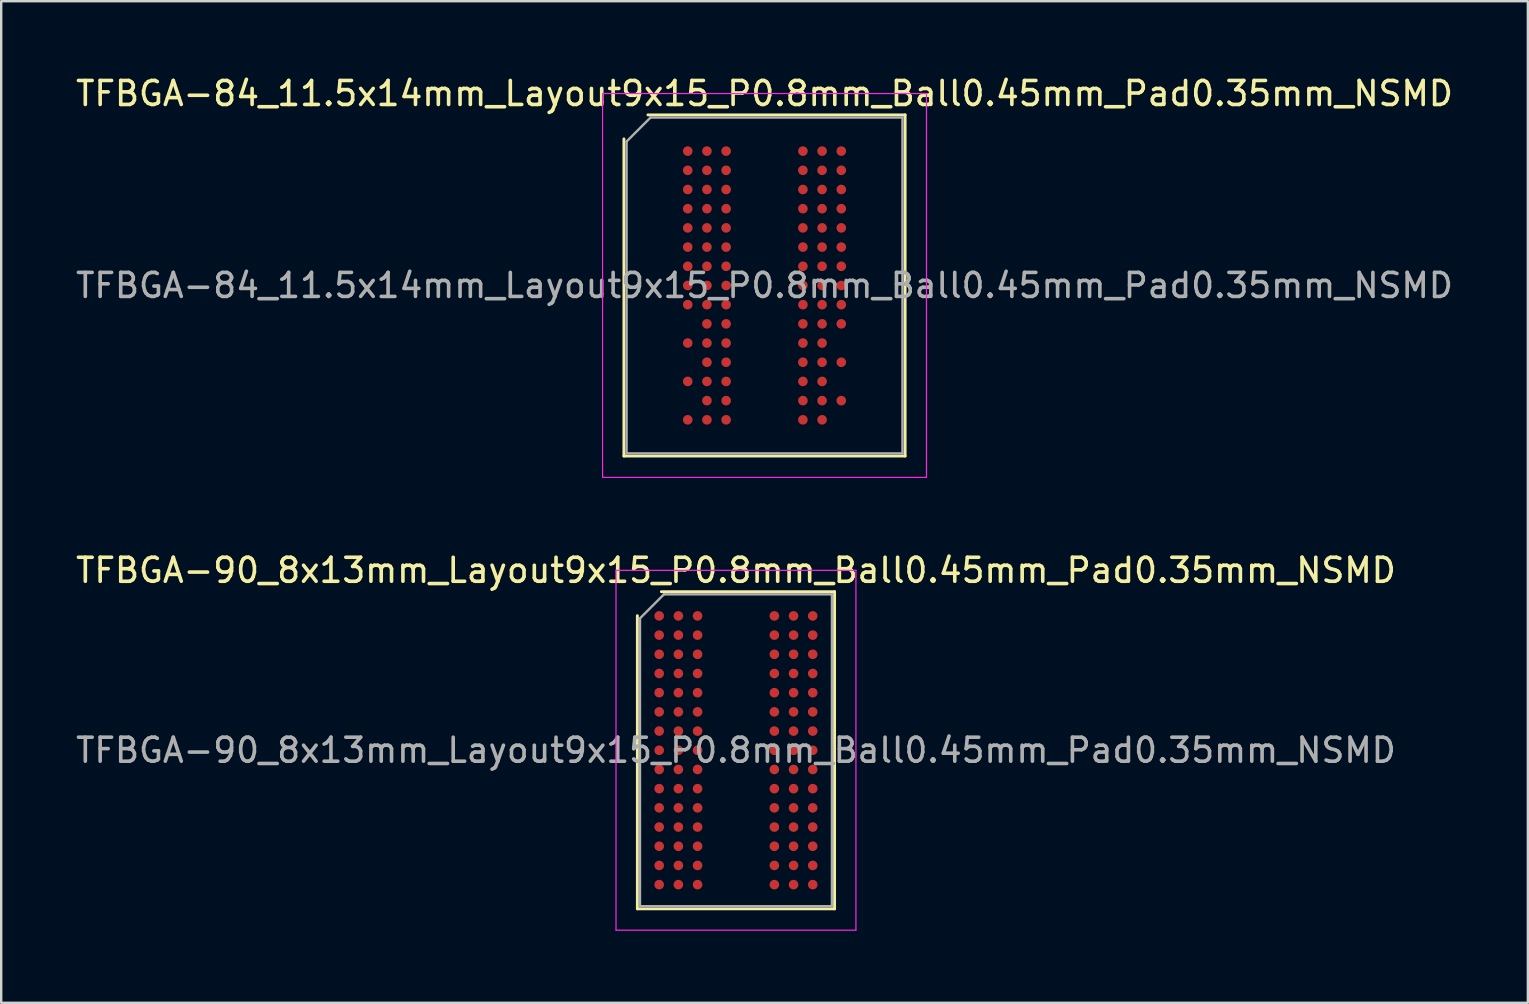
<source format=kicad_pcb>
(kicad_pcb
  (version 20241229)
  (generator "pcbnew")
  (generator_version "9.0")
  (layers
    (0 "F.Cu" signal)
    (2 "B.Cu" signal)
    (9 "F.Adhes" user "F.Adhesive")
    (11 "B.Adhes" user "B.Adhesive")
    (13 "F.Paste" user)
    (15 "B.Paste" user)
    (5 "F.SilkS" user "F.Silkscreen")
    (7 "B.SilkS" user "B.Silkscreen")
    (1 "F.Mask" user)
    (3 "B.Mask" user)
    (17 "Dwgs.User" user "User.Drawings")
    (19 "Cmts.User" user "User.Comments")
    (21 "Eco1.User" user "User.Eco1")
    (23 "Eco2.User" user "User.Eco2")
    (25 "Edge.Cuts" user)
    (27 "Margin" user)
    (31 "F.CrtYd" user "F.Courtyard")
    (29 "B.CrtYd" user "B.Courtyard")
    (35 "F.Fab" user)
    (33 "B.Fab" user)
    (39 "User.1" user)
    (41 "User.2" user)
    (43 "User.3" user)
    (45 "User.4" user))
  (footprint "TFBGA-90_8x13mm_Layout9x15_P0.8mm_Ball0.45mm_Pad0.35mm_NSMD"
    (layer "F.Cu")
    (at 27.625 28.221)
    (property "Reference" "TFBGA-90_8x13mm_Layout9x15_P0.8mm_Ball0.45mm_Pad0.35mm_NSMD" (at 0 -7.5 0) (layer "F.SilkS") (effects (font (size 1 1) (thickness 0.15))))
    (attr smd)
    (fp_line (start -4.11 6.61) (end -4.11 -5.61) (stroke (width 0.12) (type solid)) (layer "F.SilkS"))
    (fp_line (start -3.11 -6.61) (end 4.11 -6.61) (stroke (width 0.12) (type solid)) (layer "F.SilkS"))
    (fp_line (start 4.11 -6.61) (end 4.11 6.61) (stroke (width 0.12) (type solid)) (layer "F.SilkS"))
    (fp_line (start 4.11 6.61) (end -4.11 6.61) (stroke (width 0.12) (type solid)) (layer "F.SilkS"))
    (fp_line (start -5 -7.5) (end -5 7.5) (stroke (width 0.05) (type solid)) (layer "F.CrtYd"))
    (fp_line (start -5 7.5) (end 5 7.5) (stroke (width 0.05) (type solid)) (layer "F.CrtYd"))
    (fp_line (start 5 -7.5) (end -5 -7.5) (stroke (width 0.05) (type solid)) (layer "F.CrtYd"))
    (fp_line (start 5 7.5) (end 5 -7.5) (stroke (width 0.05) (type solid)) (layer "F.CrtYd"))
    (fp_line (start -4 -5.5) (end -3 -6.5) (stroke (width 0.1) (type solid)) (layer "F.Fab"))
    (fp_line (start -4 6.5) (end -4 -5.5) (stroke (width 0.1) (type solid)) (layer "F.Fab"))
    (fp_line (start -3 -6.5) (end 4 -6.5) (stroke (width 0.1) (type solid)) (layer "F.Fab"))
    (fp_line (start 4 -6.5) (end 4 6.5) (stroke (width 0.1) (type solid)) (layer "F.Fab"))
    (fp_line (start 4 6.5) (end -4 6.5) (stroke (width 0.1) (type solid)) (layer "F.Fab"))
    (fp_text user "${REFERENCE}" (at 0 0 0) (layer "F.Fab") (effects (font (size 1 1) (thickness 0.15))))
    (pad "A1" smd circle (at -3.2 -5.6) (size 0.4 0.4) (layers "F.Cu" "F.Mask" "F.Paste"))
    (pad "A2" smd circle (at -2.4 -5.6) (size 0.4 0.4) (layers "F.Cu" "F.Mask" "F.Paste"))
    (pad "A3" smd circle (at -1.6 -5.6) (size 0.4 0.4) (layers "F.Cu" "F.Mask" "F.Paste"))
    (pad "A7" smd circle (at 1.6 -5.6) (size 0.4 0.4) (layers "F.Cu" "F.Mask" "F.Paste"))
    (pad "A8" smd circle (at 2.4 -5.6) (size 0.4 0.4) (layers "F.Cu" "F.Mask" "F.Paste"))
    (pad "A9" smd circle (at 3.2 -5.6) (size 0.4 0.4) (layers "F.Cu" "F.Mask" "F.Paste"))
    (pad "B1" smd circle (at -3.2 -4.8) (size 0.4 0.4) (layers "F.Cu" "F.Mask" "F.Paste"))
    (pad "B2" smd circle (at -2.4 -4.8) (size 0.4 0.4) (layers "F.Cu" "F.Mask" "F.Paste"))
    (pad "B3" smd circle (at -1.6 -4.8) (size 0.4 0.4) (layers "F.Cu" "F.Mask" "F.Paste"))
    (pad "B7" smd circle (at 1.6 -4.8) (size 0.4 0.4) (layers "F.Cu" "F.Mask" "F.Paste"))
    (pad "B8" smd circle (at 2.4 -4.8) (size 0.4 0.4) (layers "F.Cu" "F.Mask" "F.Paste"))
    (pad "B9" smd circle (at 3.2 -4.8) (size 0.4 0.4) (layers "F.Cu" "F.Mask" "F.Paste"))
    (pad "C1" smd circle (at -3.2 -4) (size 0.4 0.4) (layers "F.Cu" "F.Mask" "F.Paste"))
    (pad "C2" smd circle (at -2.4 -4) (size 0.4 0.4) (layers "F.Cu" "F.Mask" "F.Paste"))
    (pad "C3" smd circle (at -1.6 -4) (size 0.4 0.4) (layers "F.Cu" "F.Mask" "F.Paste"))
    (pad "C7" smd circle (at 1.6 -4) (size 0.4 0.4) (layers "F.Cu" "F.Mask" "F.Paste"))
    (pad "C8" smd circle (at 2.4 -4) (size 0.4 0.4) (layers "F.Cu" "F.Mask" "F.Paste"))
    (pad "C9" smd circle (at 3.2 -4) (size 0.4 0.4) (layers "F.Cu" "F.Mask" "F.Paste"))
    (pad "D1" smd circle (at -3.2 -3.2) (size 0.4 0.4) (layers "F.Cu" "F.Mask" "F.Paste"))
    (pad "D2" smd circle (at -2.4 -3.2) (size 0.4 0.4) (layers "F.Cu" "F.Mask" "F.Paste"))
    (pad "D3" smd circle (at -1.6 -3.2) (size 0.4 0.4) (layers "F.Cu" "F.Mask" "F.Paste"))
    (pad "D7" smd circle (at 1.6 -3.2) (size 0.4 0.4) (layers "F.Cu" "F.Mask" "F.Paste"))
    (pad "D8" smd circle (at 2.4 -3.2) (size 0.4 0.4) (layers "F.Cu" "F.Mask" "F.Paste"))
    (pad "D9" smd circle (at 3.2 -3.2) (size 0.4 0.4) (layers "F.Cu" "F.Mask" "F.Paste"))
    (pad "E1" smd circle (at -3.2 -2.4) (size 0.4 0.4) (layers "F.Cu" "F.Mask" "F.Paste"))
    (pad "E2" smd circle (at -2.4 -2.4) (size 0.4 0.4) (layers "F.Cu" "F.Mask" "F.Paste"))
    (pad "E3" smd circle (at -1.6 -2.4) (size 0.4 0.4) (layers "F.Cu" "F.Mask" "F.Paste"))
    (pad "E7" smd circle (at 1.6 -2.4) (size 0.4 0.4) (layers "F.Cu" "F.Mask" "F.Paste"))
    (pad "E8" smd circle (at 2.4 -2.4) (size 0.4 0.4) (layers "F.Cu" "F.Mask" "F.Paste"))
    (pad "E9" smd circle (at 3.2 -2.4) (size 0.4 0.4) (layers "F.Cu" "F.Mask" "F.Paste"))
    (pad "F1" smd circle (at -3.2 -1.6) (size 0.4 0.4) (layers "F.Cu" "F.Mask" "F.Paste"))
    (pad "F2" smd circle (at -2.4 -1.6) (size 0.4 0.4) (layers "F.Cu" "F.Mask" "F.Paste"))
    (pad "F3" smd circle (at -1.6 -1.6) (size 0.4 0.4) (layers "F.Cu" "F.Mask" "F.Paste"))
    (pad "F7" smd circle (at 1.6 -1.6) (size 0.4 0.4) (layers "F.Cu" "F.Mask" "F.Paste"))
    (pad "F8" smd circle (at 2.4 -1.6) (size 0.4 0.4) (layers "F.Cu" "F.Mask" "F.Paste"))
    (pad "F9" smd circle (at 3.2 -1.6) (size 0.4 0.4) (layers "F.Cu" "F.Mask" "F.Paste"))
    (pad "G1" smd circle (at -3.2 -0.8) (size 0.4 0.4) (layers "F.Cu" "F.Mask" "F.Paste"))
    (pad "G2" smd circle (at -2.4 -0.8) (size 0.4 0.4) (layers "F.Cu" "F.Mask" "F.Paste"))
    (pad "G3" smd circle (at -1.6 -0.8) (size 0.4 0.4) (layers "F.Cu" "F.Mask" "F.Paste"))
    (pad "G7" smd circle (at 1.6 -0.8) (size 0.4 0.4) (layers "F.Cu" "F.Mask" "F.Paste"))
    (pad "G8" smd circle (at 2.4 -0.8) (size 0.4 0.4) (layers "F.Cu" "F.Mask" "F.Paste"))
    (pad "G9" smd circle (at 3.2 -0.8) (size 0.4 0.4) (layers "F.Cu" "F.Mask" "F.Paste"))
    (pad "H1" smd circle (at -3.2 0) (size 0.4 0.4) (layers "F.Cu" "F.Mask" "F.Paste"))
    (pad "H2" smd circle (at -2.4 0) (size 0.4 0.4) (layers "F.Cu" "F.Mask" "F.Paste"))
    (pad "H3" smd circle (at -1.6 0) (size 0.4 0.4) (layers "F.Cu" "F.Mask" "F.Paste"))
    (pad "H7" smd circle (at 1.6 0) (size 0.4 0.4) (layers "F.Cu" "F.Mask" "F.Paste"))
    (pad "H8" smd circle (at 2.4 0) (size 0.4 0.4) (layers "F.Cu" "F.Mask" "F.Paste"))
    (pad "H9" smd circle (at 3.2 0) (size 0.4 0.4) (layers "F.Cu" "F.Mask" "F.Paste"))
    (pad "J1" smd circle (at -3.2 0.8) (size 0.4 0.4) (layers "F.Cu" "F.Mask" "F.Paste"))
    (pad "J2" smd circle (at -2.4 0.8) (size 0.4 0.4) (layers "F.Cu" "F.Mask" "F.Paste"))
    (pad "J3" smd circle (at -1.6 0.8) (size 0.4 0.4) (layers "F.Cu" "F.Mask" "F.Paste"))
    (pad "J7" smd circle (at 1.6 0.8) (size 0.4 0.4) (layers "F.Cu" "F.Mask" "F.Paste"))
    (pad "J8" smd circle (at 2.4 0.8) (size 0.4 0.4) (layers "F.Cu" "F.Mask" "F.Paste"))
    (pad "J9" smd circle (at 3.2 0.8) (size 0.4 0.4) (layers "F.Cu" "F.Mask" "F.Paste"))
    (pad "K1" smd circle (at -3.2 1.6) (size 0.4 0.4) (layers "F.Cu" "F.Mask" "F.Paste"))
    (pad "K2" smd circle (at -2.4 1.6) (size 0.4 0.4) (layers "F.Cu" "F.Mask" "F.Paste"))
    (pad "K3" smd circle (at -1.6 1.6) (size 0.4 0.4) (layers "F.Cu" "F.Mask" "F.Paste"))
    (pad "K7" smd circle (at 1.6 1.6) (size 0.4 0.4) (layers "F.Cu" "F.Mask" "F.Paste"))
    (pad "K8" smd circle (at 2.4 1.6) (size 0.4 0.4) (layers "F.Cu" "F.Mask" "F.Paste"))
    (pad "K9" smd circle (at 3.2 1.6) (size 0.4 0.4) (layers "F.Cu" "F.Mask" "F.Paste"))
    (pad "L1" smd circle (at -3.2 2.4) (size 0.4 0.4) (layers "F.Cu" "F.Mask" "F.Paste"))
    (pad "L2" smd circle (at -2.4 2.4) (size 0.4 0.4) (layers "F.Cu" "F.Mask" "F.Paste"))
    (pad "L3" smd circle (at -1.6 2.4) (size 0.4 0.4) (layers "F.Cu" "F.Mask" "F.Paste"))
    (pad "L7" smd circle (at 1.6 2.4) (size 0.4 0.4) (layers "F.Cu" "F.Mask" "F.Paste"))
    (pad "L8" smd circle (at 2.4 2.4) (size 0.4 0.4) (layers "F.Cu" "F.Mask" "F.Paste"))
    (pad "L9" smd circle (at 3.2 2.4) (size 0.4 0.4) (layers "F.Cu" "F.Mask" "F.Paste"))
    (pad "M1" smd circle (at -3.2 3.2) (size 0.4 0.4) (layers "F.Cu" "F.Mask" "F.Paste"))
    (pad "M2" smd circle (at -2.4 3.2) (size 0.4 0.4) (layers "F.Cu" "F.Mask" "F.Paste"))
    (pad "M3" smd circle (at -1.6 3.2) (size 0.4 0.4) (layers "F.Cu" "F.Mask" "F.Paste"))
    (pad "M7" smd circle (at 1.6 3.2) (size 0.4 0.4) (layers "F.Cu" "F.Mask" "F.Paste"))
    (pad "M8" smd circle (at 2.4 3.2) (size 0.4 0.4) (layers "F.Cu" "F.Mask" "F.Paste"))
    (pad "M9" smd circle (at 3.2 3.2) (size 0.4 0.4) (layers "F.Cu" "F.Mask" "F.Paste"))
    (pad "N1" smd circle (at -3.2 4) (size 0.4 0.4) (layers "F.Cu" "F.Mask" "F.Paste"))
    (pad "N2" smd circle (at -2.4 4) (size 0.4 0.4) (layers "F.Cu" "F.Mask" "F.Paste"))
    (pad "N3" smd circle (at -1.6 4) (size 0.4 0.4) (layers "F.Cu" "F.Mask" "F.Paste"))
    (pad "N7" smd circle (at 1.6 4) (size 0.4 0.4) (layers "F.Cu" "F.Mask" "F.Paste"))
    (pad "N8" smd circle (at 2.4 4) (size 0.4 0.4) (layers "F.Cu" "F.Mask" "F.Paste"))
    (pad "N9" smd circle (at 3.2 4) (size 0.4 0.4) (layers "F.Cu" "F.Mask" "F.Paste"))
    (pad "P1" smd circle (at -3.2 4.8) (size 0.4 0.4) (layers "F.Cu" "F.Mask" "F.Paste"))
    (pad "P2" smd circle (at -2.4 4.8) (size 0.4 0.4) (layers "F.Cu" "F.Mask" "F.Paste"))
    (pad "P3" smd circle (at -1.6 4.8) (size 0.4 0.4) (layers "F.Cu" "F.Mask" "F.Paste"))
    (pad "P7" smd circle (at 1.6 4.8) (size 0.4 0.4) (layers "F.Cu" "F.Mask" "F.Paste"))
    (pad "P8" smd circle (at 2.4 4.8) (size 0.4 0.4) (layers "F.Cu" "F.Mask" "F.Paste"))
    (pad "P9" smd circle (at 3.2 4.8) (size 0.4 0.4) (layers "F.Cu" "F.Mask" "F.Paste"))
    (pad "R1" smd circle (at -3.2 5.6) (size 0.4 0.4) (layers "F.Cu" "F.Mask" "F.Paste"))
    (pad "R2" smd circle (at -2.4 5.6) (size 0.4 0.4) (layers "F.Cu" "F.Mask" "F.Paste"))
    (pad "R3" smd circle (at -1.6 5.6) (size 0.4 0.4) (layers "F.Cu" "F.Mask" "F.Paste"))
    (pad "R7" smd circle (at 1.6 5.6) (size 0.4 0.4) (layers "F.Cu" "F.Mask" "F.Paste"))
    (pad "R8" smd circle (at 2.4 5.6) (size 0.4 0.4) (layers "F.Cu" "F.Mask" "F.Paste"))
    (pad "R9" smd circle (at 3.2 5.6) (size 0.4 0.4) (layers "F.Cu" "F.Mask" "F.Paste")))
  (footprint "TFBGA-84_11.5x14mm_Layout9x15_P0.8mm_Ball0.45mm_Pad0.35mm_NSMD"
    (layer "F.Cu")
    (at 28.815 8.848)
    (property "Reference" "TFBGA-84_11.5x14mm_Layout9x15_P0.8mm_Ball0.45mm_Pad0.35mm_NSMD" (at 0 -8 0) (layer "F.SilkS") (effects (font (size 1 1) (thickness 0.15))))
    (attr smd)
    (fp_line (start -5.86 7.11) (end -5.86 -6.11) (stroke (width 0.12) (type solid)) (layer "F.SilkS"))
    (fp_line (start -4.86 -7.11) (end 5.86 -7.11) (stroke (width 0.12) (type solid)) (layer "F.SilkS"))
    (fp_line (start 5.86 -7.11) (end 5.86 7.11) (stroke (width 0.12) (type solid)) (layer "F.SilkS"))
    (fp_line (start 5.86 7.11) (end -5.86 7.11) (stroke (width 0.12) (type solid)) (layer "F.SilkS"))
    (fp_line (start -6.75 -8) (end -6.75 8) (stroke (width 0.05) (type solid)) (layer "F.CrtYd"))
    (fp_line (start -6.75 8) (end 6.75 8) (stroke (width 0.05) (type solid)) (layer "F.CrtYd"))
    (fp_line (start 6.75 -8) (end -6.75 -8) (stroke (width 0.05) (type solid)) (layer "F.CrtYd"))
    (fp_line (start 6.75 8) (end 6.75 -8) (stroke (width 0.05) (type solid)) (layer "F.CrtYd"))
    (fp_line (start -5.75 -6) (end -4.75 -7) (stroke (width 0.1) (type solid)) (layer "F.Fab"))
    (fp_line (start -5.75 7) (end -5.75 -6) (stroke (width 0.1) (type solid)) (layer "F.Fab"))
    (fp_line (start -4.75 -7) (end 5.75 -7) (stroke (width 0.1) (type solid)) (layer "F.Fab"))
    (fp_line (start 5.75 -7) (end 5.75 7) (stroke (width 0.1) (type solid)) (layer "F.Fab"))
    (fp_line (start 5.75 7) (end -5.75 7) (stroke (width 0.1) (type solid)) (layer "F.Fab"))
    (fp_text user "${REFERENCE}" (at 0 0 0) (layer "F.Fab") (effects (font (size 1 1) (thickness 0.15))))
    (pad "A1" smd circle (at -3.2 -5.6) (size 0.4 0.4) (layers "F.Cu" "F.Mask" "F.Paste"))
    (pad "A2" smd circle (at -2.4 -5.6) (size 0.4 0.4) (layers "F.Cu" "F.Mask" "F.Paste"))
    (pad "A3" smd circle (at -1.6 -5.6) (size 0.4 0.4) (layers "F.Cu" "F.Mask" "F.Paste"))
    (pad "A7" smd circle (at 1.6 -5.6) (size 0.4 0.4) (layers "F.Cu" "F.Mask" "F.Paste"))
    (pad "A8" smd circle (at 2.4 -5.6) (size 0.4 0.4) (layers "F.Cu" "F.Mask" "F.Paste"))
    (pad "A9" smd circle (at 3.2 -5.6) (size 0.4 0.4) (layers "F.Cu" "F.Mask" "F.Paste"))
    (pad "B1" smd circle (at -3.2 -4.8) (size 0.4 0.4) (layers "F.Cu" "F.Mask" "F.Paste"))
    (pad "B2" smd circle (at -2.4 -4.8) (size 0.4 0.4) (layers "F.Cu" "F.Mask" "F.Paste"))
    (pad "B3" smd circle (at -1.6 -4.8) (size 0.4 0.4) (layers "F.Cu" "F.Mask" "F.Paste"))
    (pad "B7" smd circle (at 1.6 -4.8) (size 0.4 0.4) (layers "F.Cu" "F.Mask" "F.Paste"))
    (pad "B8" smd circle (at 2.4 -4.8) (size 0.4 0.4) (layers "F.Cu" "F.Mask" "F.Paste"))
    (pad "B9" smd circle (at 3.2 -4.8) (size 0.4 0.4) (layers "F.Cu" "F.Mask" "F.Paste"))
    (pad "C1" smd circle (at -3.2 -4) (size 0.4 0.4) (layers "F.Cu" "F.Mask" "F.Paste"))
    (pad "C2" smd circle (at -2.4 -4) (size 0.4 0.4) (layers "F.Cu" "F.Mask" "F.Paste"))
    (pad "C3" smd circle (at -1.6 -4) (size 0.4 0.4) (layers "F.Cu" "F.Mask" "F.Paste"))
    (pad "C7" smd circle (at 1.6 -4) (size 0.4 0.4) (layers "F.Cu" "F.Mask" "F.Paste"))
    (pad "C8" smd circle (at 2.4 -4) (size 0.4 0.4) (layers "F.Cu" "F.Mask" "F.Paste"))
    (pad "C9" smd circle (at 3.2 -4) (size 0.4 0.4) (layers "F.Cu" "F.Mask" "F.Paste"))
    (pad "D1" smd circle (at -3.2 -3.2) (size 0.4 0.4) (layers "F.Cu" "F.Mask" "F.Paste"))
    (pad "D2" smd circle (at -2.4 -3.2) (size 0.4 0.4) (layers "F.Cu" "F.Mask" "F.Paste"))
    (pad "D3" smd circle (at -1.6 -3.2) (size 0.4 0.4) (layers "F.Cu" "F.Mask" "F.Paste"))
    (pad "D7" smd circle (at 1.6 -3.2) (size 0.4 0.4) (layers "F.Cu" "F.Mask" "F.Paste"))
    (pad "D8" smd circle (at 2.4 -3.2) (size 0.4 0.4) (layers "F.Cu" "F.Mask" "F.Paste"))
    (pad "D9" smd circle (at 3.2 -3.2) (size 0.4 0.4) (layers "F.Cu" "F.Mask" "F.Paste"))
    (pad "E1" smd circle (at -3.2 -2.4) (size 0.4 0.4) (layers "F.Cu" "F.Mask" "F.Paste"))
    (pad "E2" smd circle (at -2.4 -2.4) (size 0.4 0.4) (layers "F.Cu" "F.Mask" "F.Paste"))
    (pad "E3" smd circle (at -1.6 -2.4) (size 0.4 0.4) (layers "F.Cu" "F.Mask" "F.Paste"))
    (pad "E7" smd circle (at 1.6 -2.4) (size 0.4 0.4) (layers "F.Cu" "F.Mask" "F.Paste"))
    (pad "E8" smd circle (at 2.4 -2.4) (size 0.4 0.4) (layers "F.Cu" "F.Mask" "F.Paste"))
    (pad "E9" smd circle (at 3.2 -2.4) (size 0.4 0.4) (layers "F.Cu" "F.Mask" "F.Paste"))
    (pad "F1" smd circle (at -3.2 -1.6) (size 0.4 0.4) (layers "F.Cu" "F.Mask" "F.Paste"))
    (pad "F2" smd circle (at -2.4 -1.6) (size 0.4 0.4) (layers "F.Cu" "F.Mask" "F.Paste"))
    (pad "F3" smd circle (at -1.6 -1.6) (size 0.4 0.4) (layers "F.Cu" "F.Mask" "F.Paste"))
    (pad "F7" smd circle (at 1.6 -1.6) (size 0.4 0.4) (layers "F.Cu" "F.Mask" "F.Paste"))
    (pad "F8" smd circle (at 2.4 -1.6) (size 0.4 0.4) (layers "F.Cu" "F.Mask" "F.Paste"))
    (pad "F9" smd circle (at 3.2 -1.6) (size 0.4 0.4) (layers "F.Cu" "F.Mask" "F.Paste"))
    (pad "G1" smd circle (at -3.2 -0.8) (size 0.4 0.4) (layers "F.Cu" "F.Mask" "F.Paste"))
    (pad "G2" smd circle (at -2.4 -0.8) (size 0.4 0.4) (layers "F.Cu" "F.Mask" "F.Paste"))
    (pad "G3" smd circle (at -1.6 -0.8) (size 0.4 0.4) (layers "F.Cu" "F.Mask" "F.Paste"))
    (pad "G7" smd circle (at 1.6 -0.8) (size 0.4 0.4) (layers "F.Cu" "F.Mask" "F.Paste"))
    (pad "G8" smd circle (at 2.4 -0.8) (size 0.4 0.4) (layers "F.Cu" "F.Mask" "F.Paste"))
    (pad "G9" smd circle (at 3.2 -0.8) (size 0.4 0.4) (layers "F.Cu" "F.Mask" "F.Paste"))
    (pad "H1" smd circle (at -3.2 0) (size 0.4 0.4) (layers "F.Cu" "F.Mask" "F.Paste"))
    (pad "H2" smd circle (at -2.4 0) (size 0.4 0.4) (layers "F.Cu" "F.Mask" "F.Paste"))
    (pad "H3" smd circle (at -1.6 0) (size 0.4 0.4) (layers "F.Cu" "F.Mask" "F.Paste"))
    (pad "H7" smd circle (at 1.6 0) (size 0.4 0.4) (layers "F.Cu" "F.Mask" "F.Paste"))
    (pad "H8" smd circle (at 2.4 0) (size 0.4 0.4) (layers "F.Cu" "F.Mask" "F.Paste"))
    (pad "H9" smd circle (at 3.2 0) (size 0.4 0.4) (layers "F.Cu" "F.Mask" "F.Paste"))
    (pad "J1" smd circle (at -3.2 0.8) (size 0.4 0.4) (layers "F.Cu" "F.Mask" "F.Paste"))
    (pad "J2" smd circle (at -2.4 0.8) (size 0.4 0.4) (layers "F.Cu" "F.Mask" "F.Paste"))
    (pad "J3" smd circle (at -1.6 0.8) (size 0.4 0.4) (layers "F.Cu" "F.Mask" "F.Paste"))
    (pad "J7" smd circle (at 1.6 0.8) (size 0.4 0.4) (layers "F.Cu" "F.Mask" "F.Paste"))
    (pad "J8" smd circle (at 2.4 0.8) (size 0.4 0.4) (layers "F.Cu" "F.Mask" "F.Paste"))
    (pad "J9" smd circle (at 3.2 0.8) (size 0.4 0.4) (layers "F.Cu" "F.Mask" "F.Paste"))
    (pad "K2" smd circle (at -2.4 1.6) (size 0.4 0.4) (layers "F.Cu" "F.Mask" "F.Paste"))
    (pad "K3" smd circle (at -1.6 1.6) (size 0.4 0.4) (layers "F.Cu" "F.Mask" "F.Paste"))
    (pad "K7" smd circle (at 1.6 1.6) (size 0.4 0.4) (layers "F.Cu" "F.Mask" "F.Paste"))
    (pad "K8" smd circle (at 2.4 1.6) (size 0.4 0.4) (layers "F.Cu" "F.Mask" "F.Paste"))
    (pad "K9" smd circle (at 3.2 1.6) (size 0.4 0.4) (layers "F.Cu" "F.Mask" "F.Paste"))
    (pad "L1" smd circle (at -3.2 2.4) (size 0.4 0.4) (layers "F.Cu" "F.Mask" "F.Paste"))
    (pad "L2" smd circle (at -2.4 2.4) (size 0.4 0.4) (layers "F.Cu" "F.Mask" "F.Paste"))
    (pad "L3" smd circle (at -1.6 2.4) (size 0.4 0.4) (layers "F.Cu" "F.Mask" "F.Paste"))
    (pad "L7" smd circle (at 1.6 2.4) (size 0.4 0.4) (layers "F.Cu" "F.Mask" "F.Paste"))
    (pad "L8" smd circle (at 2.4 2.4) (size 0.4 0.4) (layers "F.Cu" "F.Mask" "F.Paste"))
    (pad "M2" smd circle (at -2.4 3.2) (size 0.4 0.4) (layers "F.Cu" "F.Mask" "F.Paste"))
    (pad "M3" smd circle (at -1.6 3.2) (size 0.4 0.4) (layers "F.Cu" "F.Mask" "F.Paste"))
    (pad "M7" smd circle (at 1.6 3.2) (size 0.4 0.4) (layers "F.Cu" "F.Mask" "F.Paste"))
    (pad "M8" smd circle (at 2.4 3.2) (size 0.4 0.4) (layers "F.Cu" "F.Mask" "F.Paste"))
    (pad "M9" smd circle (at 3.2 3.2) (size 0.4 0.4) (layers "F.Cu" "F.Mask" "F.Paste"))
    (pad "N1" smd circle (at -3.2 4) (size 0.4 0.4) (layers "F.Cu" "F.Mask" "F.Paste"))
    (pad "N2" smd circle (at -2.4 4) (size 0.4 0.4) (layers "F.Cu" "F.Mask" "F.Paste"))
    (pad "N3" smd circle (at -1.6 4) (size 0.4 0.4) (layers "F.Cu" "F.Mask" "F.Paste"))
    (pad "N7" smd circle (at 1.6 4) (size 0.4 0.4) (layers "F.Cu" "F.Mask" "F.Paste"))
    (pad "N8" smd circle (at 2.4 4) (size 0.4 0.4) (layers "F.Cu" "F.Mask" "F.Paste"))
    (pad "P2" smd circle (at -2.4 4.8) (size 0.4 0.4) (layers "F.Cu" "F.Mask" "F.Paste"))
    (pad "P3" smd circle (at -1.6 4.8) (size 0.4 0.4) (layers "F.Cu" "F.Mask" "F.Paste"))
    (pad "P7" smd circle (at 1.6 4.8) (size 0.4 0.4) (layers "F.Cu" "F.Mask" "F.Paste"))
    (pad "P8" smd circle (at 2.4 4.8) (size 0.4 0.4) (layers "F.Cu" "F.Mask" "F.Paste"))
    (pad "P9" smd circle (at 3.2 4.8) (size 0.4 0.4) (layers "F.Cu" "F.Mask" "F.Paste"))
    (pad "R1" smd circle (at -3.2 5.6) (size 0.4 0.4) (layers "F.Cu" "F.Mask" "F.Paste"))
    (pad "R2" smd circle (at -2.4 5.6) (size 0.4 0.4) (layers "F.Cu" "F.Mask" "F.Paste"))
    (pad "R3" smd circle (at -1.6 5.6) (size 0.4 0.4) (layers "F.Cu" "F.Mask" "F.Paste"))
    (pad "R7" smd circle (at 1.6 5.6) (size 0.4 0.4) (layers "F.Cu" "F.Mask" "F.Paste"))
    (pad "R8" smd circle (at 2.4 5.6) (size 0.4 0.4) (layers "F.Cu" "F.Mask" "F.Paste")))
  (gr_rect
    (start -3 -3)
    (end 60.631 38.746)
    (stroke (width 0.1) (type default))
    (fill no)
    (layer "Edge.Cuts")))
</source>
